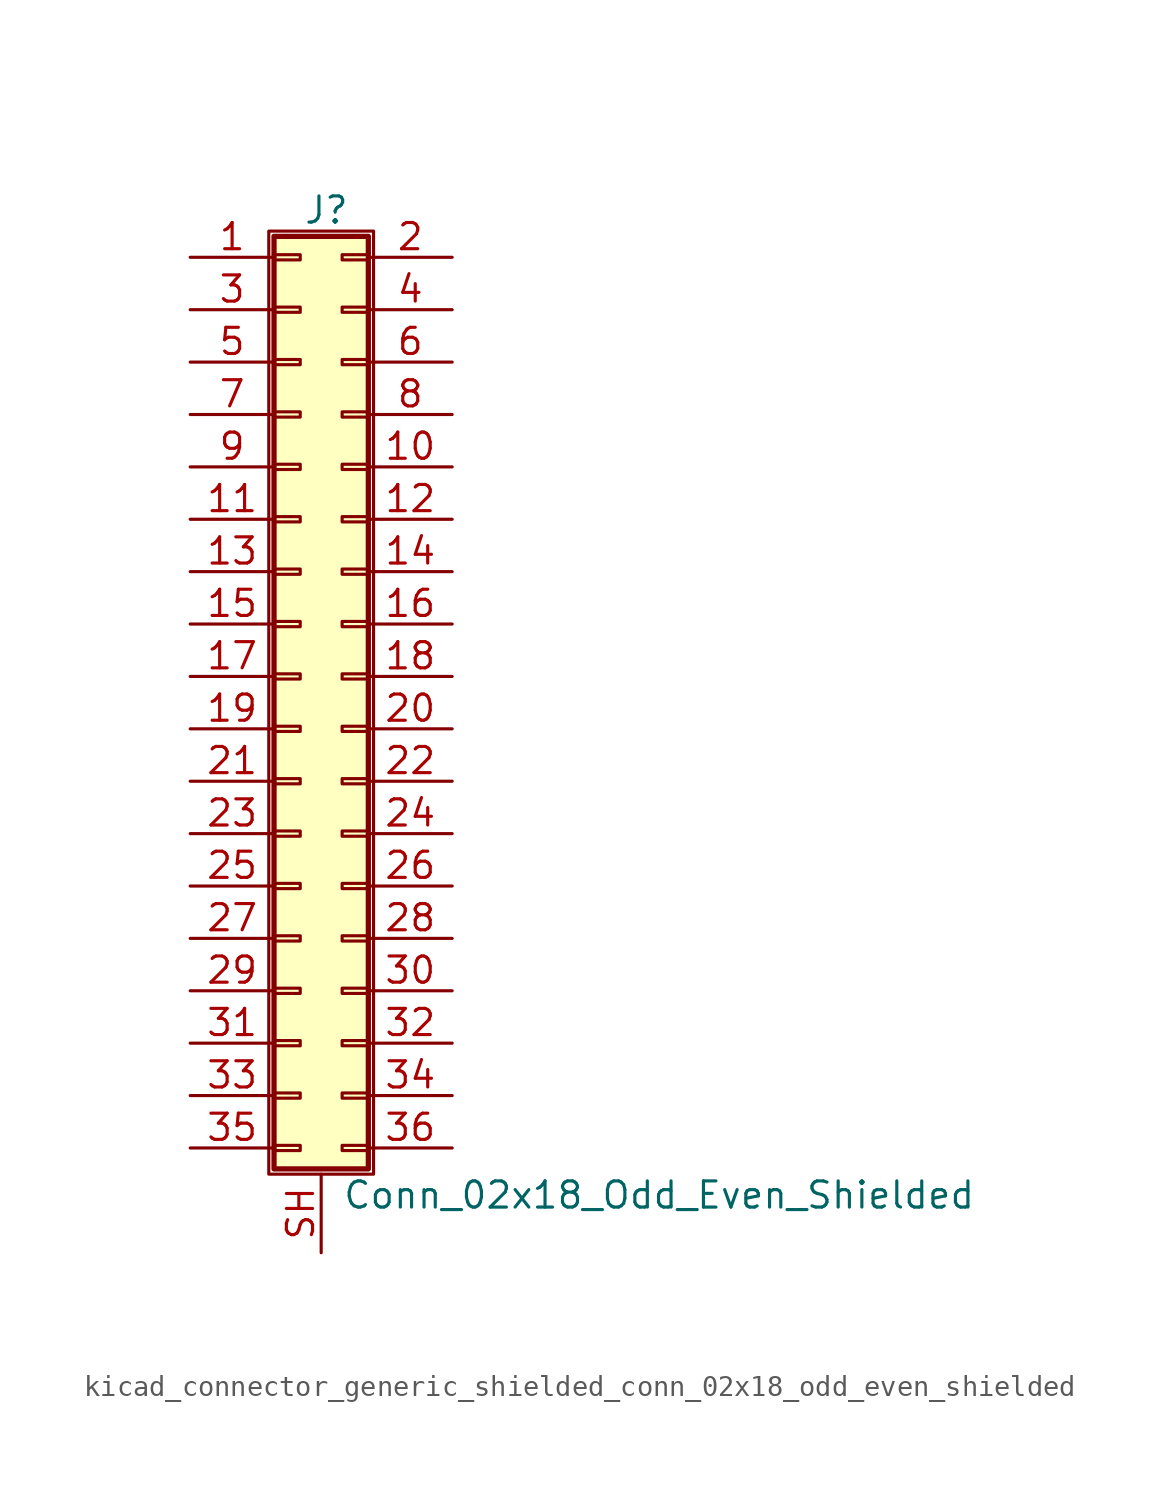
<source format=kicad_sym>
(kicad_symbol_lib
  (version 20220914)
  (generator kicad_symbol_editor)
  (symbol "kicad_connector_generic_shielded_conn_02x18_odd_even_shielded"
    (pin_names
      (offset 1.016) hide)
    (property "Reference" "J"
      (at 1.524 22.606 0)
      (effects (font (size 1.27 1.27))))
    (property "Value" "Conn_02x18_Odd_Even_Shielded"
      (at 2.286 -25.146 0)
      (effects (font (size 1.27 1.27)) (justify left)))
    (symbol "kicad_connector_generic_shielded_conn_02x18_odd_even_shielded_1_1"
      (rectangle (start -1.27 21.59) (end 3.81 -24.13) (stroke (width 0.152) (type default)) (fill (type none)))
      (rectangle (start -1.016 -22.733) (end 0.254 -22.987) (stroke (width 0.152) (type default)) (fill (type none)))
      (rectangle (start -1.016 -20.193) (end 0.254 -20.447) (stroke (width 0.152) (type default)) (fill (type none)))
      (rectangle (start -1.016 -17.653) (end 0.254 -17.907) (stroke (width 0.152) (type default)) (fill (type none)))
      (rectangle (start -1.016 -15.113) (end 0.254 -15.367) (stroke (width 0.152) (type default)) (fill (type none)))
      (rectangle (start -1.016 -12.573) (end 0.254 -12.827) (stroke (width 0.152) (type default)) (fill (type none)))
      (rectangle (start -1.016 -10.033) (end 0.254 -10.287) (stroke (width 0.152) (type default)) (fill (type none)))
      (rectangle (start -1.016 -7.493) (end 0.254 -7.747) (stroke (width 0.152) (type default)) (fill (type none)))
      (rectangle (start -1.016 -4.953) (end 0.254 -5.207) (stroke (width 0.152) (type default)) (fill (type none)))
      (rectangle (start -1.016 -2.413) (end 0.254 -2.667) (stroke (width 0.152) (type default)) (fill (type none)))
      (rectangle (start -1.016 0.127) (end 0.254 -0.127) (stroke (width 0.152) (type default)) (fill (type none)))
      (rectangle (start -1.016 2.667) (end 0.254 2.413) (stroke (width 0.152) (type default)) (fill (type none)))
      (rectangle (start -1.016 5.207) (end 0.254 4.953) (stroke (width 0.152) (type default)) (fill (type none)))
      (rectangle (start -1.016 7.747) (end 0.254 7.493) (stroke (width 0.152) (type default)) (fill (type none)))
      (rectangle (start -1.016 10.287) (end 0.254 10.033) (stroke (width 0.152) (type default)) (fill (type none)))
      (rectangle (start -1.016 12.827) (end 0.254 12.573) (stroke (width 0.152) (type default)) (fill (type none)))
      (rectangle (start -1.016 15.367) (end 0.254 15.113) (stroke (width 0.152) (type default)) (fill (type none)))
      (rectangle (start -1.016 17.907) (end 0.254 17.653) (stroke (width 0.152) (type default)) (fill (type none)))
      (rectangle (start -1.016 20.447) (end 0.254 20.193) (stroke (width 0.152) (type default)) (fill (type none)))
      (rectangle (start -1.016 21.336) (end 3.556 -23.876) (stroke (width 0.254) (type default)) (fill (type background)))
      (rectangle (start 3.556 -22.733) (end 2.286 -22.987) (stroke (width 0.152) (type default)) (fill (type none)))
      (rectangle (start 3.556 -20.193) (end 2.286 -20.447) (stroke (width 0.152) (type default)) (fill (type none)))
      (rectangle (start 3.556 -17.653) (end 2.286 -17.907) (stroke (width 0.152) (type default)) (fill (type none)))
      (rectangle (start 3.556 -15.113) (end 2.286 -15.367) (stroke (width 0.152) (type default)) (fill (type none)))
      (rectangle (start 3.556 -12.573) (end 2.286 -12.827) (stroke (width 0.152) (type default)) (fill (type none)))
      (rectangle (start 3.556 -10.033) (end 2.286 -10.287) (stroke (width 0.152) (type default)) (fill (type none)))
      (rectangle (start 3.556 -7.493) (end 2.286 -7.747) (stroke (width 0.152) (type default)) (fill (type none)))
      (rectangle (start 3.556 -4.953) (end 2.286 -5.207) (stroke (width 0.152) (type default)) (fill (type none)))
      (rectangle (start 3.556 -2.413) (end 2.286 -2.667) (stroke (width 0.152) (type default)) (fill (type none)))
      (rectangle (start 3.556 0.127) (end 2.286 -0.127) (stroke (width 0.152) (type default)) (fill (type none)))
      (rectangle (start 3.556 2.667) (end 2.286 2.413) (stroke (width 0.152) (type default)) (fill (type none)))
      (rectangle (start 3.556 5.207) (end 2.286 4.953) (stroke (width 0.152) (type default)) (fill (type none)))
      (rectangle (start 3.556 7.747) (end 2.286 7.493) (stroke (width 0.152) (type default)) (fill (type none)))
      (rectangle (start 3.556 10.287) (end 2.286 10.033) (stroke (width 0.152) (type default)) (fill (type none)))
      (rectangle (start 3.556 12.827) (end 2.286 12.573) (stroke (width 0.152) (type default)) (fill (type none)))
      (rectangle (start 3.556 15.367) (end 2.286 15.113) (stroke (width 0.152) (type default)) (fill (type none)))
      (rectangle (start 3.556 17.907) (end 2.286 17.653) (stroke (width 0.152) (type default)) (fill (type none)))
      (rectangle (start 3.556 20.447) (end 2.286 20.193) (stroke (width 0.152) (type default)) (fill (type none)))
      (pin passive line (at -5.08 20.32 0) (length 4.064) (name "Pin_1" (effects (font (size 1.27 1.27)))) (number "1" (effects (font (size 1.27 1.27)))))
      (pin passive line (at 7.62 10.16 180) (length 4.064) (name "Pin_10" (effects (font (size 1.27 1.27)))) (number "10" (effects (font (size 1.27 1.27)))))
      (pin passive line (at -5.08 7.62 0) (length 4.064) (name "Pin_11" (effects (font (size 1.27 1.27)))) (number "11" (effects (font (size 1.27 1.27)))))
      (pin passive line (at 7.62 7.62 180) (length 4.064) (name "Pin_12" (effects (font (size 1.27 1.27)))) (number "12" (effects (font (size 1.27 1.27)))))
      (pin passive line (at -5.08 5.08 0) (length 4.064) (name "Pin_13" (effects (font (size 1.27 1.27)))) (number "13" (effects (font (size 1.27 1.27)))))
      (pin passive line (at 7.62 5.08 180) (length 4.064) (name "Pin_14" (effects (font (size 1.27 1.27)))) (number "14" (effects (font (size 1.27 1.27)))))
      (pin passive line (at -5.08 2.54 0) (length 4.064) (name "Pin_15" (effects (font (size 1.27 1.27)))) (number "15" (effects (font (size 1.27 1.27)))))
      (pin passive line (at 7.62 2.54 180) (length 4.064) (name "Pin_16" (effects (font (size 1.27 1.27)))) (number "16" (effects (font (size 1.27 1.27)))))
      (pin passive line (at -5.08 0 0) (length 4.064) (name "Pin_17" (effects (font (size 1.27 1.27)))) (number "17" (effects (font (size 1.27 1.27)))))
      (pin passive line (at 7.62 0 180) (length 4.064) (name "Pin_18" (effects (font (size 1.27 1.27)))) (number "18" (effects (font (size 1.27 1.27)))))
      (pin passive line (at -5.08 -2.54 0) (length 4.064) (name "Pin_19" (effects (font (size 1.27 1.27)))) (number "19" (effects (font (size 1.27 1.27)))))
      (pin passive line (at 7.62 20.32 180) (length 4.064) (name "Pin_2" (effects (font (size 1.27 1.27)))) (number "2" (effects (font (size 1.27 1.27)))))
      (pin passive line (at 7.62 -2.54 180) (length 4.064) (name "Pin_20" (effects (font (size 1.27 1.27)))) (number "20" (effects (font (size 1.27 1.27)))))
      (pin passive line (at -5.08 -5.08 0) (length 4.064) (name "Pin_21" (effects (font (size 1.27 1.27)))) (number "21" (effects (font (size 1.27 1.27)))))
      (pin passive line (at 7.62 -5.08 180) (length 4.064) (name "Pin_22" (effects (font (size 1.27 1.27)))) (number "22" (effects (font (size 1.27 1.27)))))
      (pin passive line (at -5.08 -7.62 0) (length 4.064) (name "Pin_23" (effects (font (size 1.27 1.27)))) (number "23" (effects (font (size 1.27 1.27)))))
      (pin passive line (at 7.62 -7.62 180) (length 4.064) (name "Pin_24" (effects (font (size 1.27 1.27)))) (number "24" (effects (font (size 1.27 1.27)))))
      (pin passive line (at -5.08 -10.16 0) (length 4.064) (name "Pin_25" (effects (font (size 1.27 1.27)))) (number "25" (effects (font (size 1.27 1.27)))))
      (pin passive line (at 7.62 -10.16 180) (length 4.064) (name "Pin_26" (effects (font (size 1.27 1.27)))) (number "26" (effects (font (size 1.27 1.27)))))
      (pin passive line (at -5.08 -12.7 0) (length 4.064) (name "Pin_27" (effects (font (size 1.27 1.27)))) (number "27" (effects (font (size 1.27 1.27)))))
      (pin passive line (at 7.62 -12.7 180) (length 4.064) (name "Pin_28" (effects (font (size 1.27 1.27)))) (number "28" (effects (font (size 1.27 1.27)))))
      (pin passive line (at -5.08 -15.24 0) (length 4.064) (name "Pin_29" (effects (font (size 1.27 1.27)))) (number "29" (effects (font (size 1.27 1.27)))))
      (pin passive line (at -5.08 17.78 0) (length 4.064) (name "Pin_3" (effects (font (size 1.27 1.27)))) (number "3" (effects (font (size 1.27 1.27)))))
      (pin passive line (at 7.62 -15.24 180) (length 4.064) (name "Pin_30" (effects (font (size 1.27 1.27)))) (number "30" (effects (font (size 1.27 1.27)))))
      (pin passive line (at -5.08 -17.78 0) (length 4.064) (name "Pin_31" (effects (font (size 1.27 1.27)))) (number "31" (effects (font (size 1.27 1.27)))))
      (pin passive line (at 7.62 -17.78 180) (length 4.064) (name "Pin_32" (effects (font (size 1.27 1.27)))) (number "32" (effects (font (size 1.27 1.27)))))
      (pin passive line (at -5.08 -20.32 0) (length 4.064) (name "Pin_33" (effects (font (size 1.27 1.27)))) (number "33" (effects (font (size 1.27 1.27)))))
      (pin passive line (at 7.62 -20.32 180) (length 4.064) (name "Pin_34" (effects (font (size 1.27 1.27)))) (number "34" (effects (font (size 1.27 1.27)))))
      (pin passive line (at -5.08 -22.86 0) (length 4.064) (name "Pin_35" (effects (font (size 1.27 1.27)))) (number "35" (effects (font (size 1.27 1.27)))))
      (pin passive line (at 7.62 -22.86 180) (length 4.064) (name "Pin_36" (effects (font (size 1.27 1.27)))) (number "36" (effects (font (size 1.27 1.27)))))
      (pin passive line (at 7.62 17.78 180) (length 4.064) (name "Pin_4" (effects (font (size 1.27 1.27)))) (number "4" (effects (font (size 1.27 1.27)))))
      (pin passive line (at -5.08 15.24 0) (length 4.064) (name "Pin_5" (effects (font (size 1.27 1.27)))) (number "5" (effects (font (size 1.27 1.27)))))
      (pin passive line (at 7.62 15.24 180) (length 4.064) (name "Pin_6" (effects (font (size 1.27 1.27)))) (number "6" (effects (font (size 1.27 1.27)))))
      (pin passive line (at -5.08 12.7 0) (length 4.064) (name "Pin_7" (effects (font (size 1.27 1.27)))) (number "7" (effects (font (size 1.27 1.27)))))
      (pin passive line (at 7.62 12.7 180) (length 4.064) (name "Pin_8" (effects (font (size 1.27 1.27)))) (number "8" (effects (font (size 1.27 1.27)))))
      (pin passive line (at -5.08 10.16 0) (length 4.064) (name "Pin_9" (effects (font (size 1.27 1.27)))) (number "9" (effects (font (size 1.27 1.27)))))
      (pin passive line (at 1.27 -27.94 90) (length 3.81) (name "Shield" (effects (font (size 1.27 1.27)))) (number "SH" (effects (font (size 1.27 1.27))))))))
</source>
